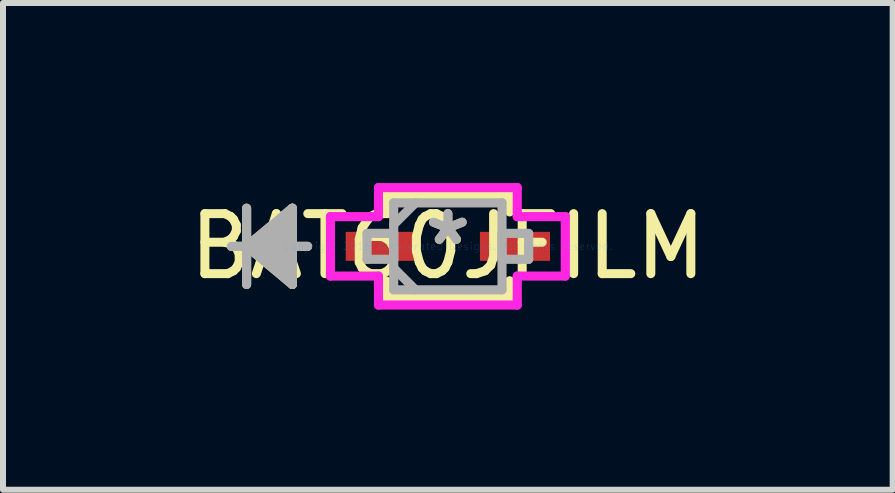
<source format=kicad_pcb>
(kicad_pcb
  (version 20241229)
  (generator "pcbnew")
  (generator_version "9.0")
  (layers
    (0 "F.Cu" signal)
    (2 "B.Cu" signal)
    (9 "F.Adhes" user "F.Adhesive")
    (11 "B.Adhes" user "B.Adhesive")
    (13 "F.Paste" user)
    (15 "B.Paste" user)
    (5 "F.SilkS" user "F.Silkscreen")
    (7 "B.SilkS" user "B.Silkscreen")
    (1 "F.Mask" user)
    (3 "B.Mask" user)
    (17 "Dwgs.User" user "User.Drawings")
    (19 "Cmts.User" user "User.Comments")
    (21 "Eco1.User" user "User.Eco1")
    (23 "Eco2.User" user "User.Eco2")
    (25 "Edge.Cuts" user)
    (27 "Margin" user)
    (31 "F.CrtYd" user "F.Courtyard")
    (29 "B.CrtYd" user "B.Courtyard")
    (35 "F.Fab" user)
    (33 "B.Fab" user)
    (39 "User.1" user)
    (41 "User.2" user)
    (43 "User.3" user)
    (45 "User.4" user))
  (footprint "BAT60JFILM"
    (layer "F.Cu")
    (at 4.411 1.054)
    (property "Reference" "BAT60JFILM" (at 0 0 0) (layer "F.SilkS") (effects (font (size 1 1) (thickness 0.15))))
    (attr through_hole)
    (fp_line (start -3.353 -0.635) (end -3.353 0.635) (stroke (width 0.152) (type solid)) (layer "F.SilkS"))
    (fp_line (start -3.353 0) (end -2.591 -0.635) (stroke (width 0.152) (type solid)) (layer "F.SilkS"))
    (fp_line (start -3.353 0) (end -2.591 -0.508) (stroke (width 0.152) (type solid)) (layer "F.SilkS"))
    (fp_line (start -3.353 0) (end -2.591 -0.381) (stroke (width 0.152) (type solid)) (layer "F.SilkS"))
    (fp_line (start -3.353 0) (end -2.591 -0.254) (stroke (width 0.152) (type solid)) (layer "F.SilkS"))
    (fp_line (start -3.353 0) (end -2.591 -0.127) (stroke (width 0.152) (type solid)) (layer "F.SilkS"))
    (fp_line (start -3.353 0) (end -2.591 0.127) (stroke (width 0.152) (type solid)) (layer "F.SilkS"))
    (fp_line (start -3.353 0) (end -2.591 0.254) (stroke (width 0.152) (type solid)) (layer "F.SilkS"))
    (fp_line (start -3.353 0) (end -2.591 0.381) (stroke (width 0.152) (type solid)) (layer "F.SilkS"))
    (fp_line (start -3.353 0) (end -2.591 0.508) (stroke (width 0.152) (type solid)) (layer "F.SilkS"))
    (fp_line (start -3.353 0) (end -2.591 0.635) (stroke (width 0.152) (type solid)) (layer "F.SilkS"))
    (fp_line (start -2.591 -0.635) (end -2.591 0.635) (stroke (width 0.152) (type solid)) (layer "F.SilkS"))
    (fp_line (start -2.337 0) (end -3.607 0) (stroke (width 0.152) (type solid)) (layer "F.SilkS"))
    (fp_line (start -1.029 -0.851) (end -1.029 -0.574) (stroke (width 0.152) (type solid)) (layer "F.SilkS"))
    (fp_line (start -1.029 0.574) (end -1.029 0.851) (stroke (width 0.152) (type solid)) (layer "F.SilkS"))
    (fp_line (start -1.029 0.851) (end 1.029 0.851) (stroke (width 0.152) (type solid)) (layer "F.SilkS"))
    (fp_line (start 1.029 -0.851) (end -1.029 -0.851) (stroke (width 0.152) (type solid)) (layer "F.SilkS"))
    (fp_line (start 1.029 -0.574) (end 1.029 -0.851) (stroke (width 0.152) (type solid)) (layer "F.SilkS"))
    (fp_line (start 1.029 0.851) (end 1.029 0.574) (stroke (width 0.152) (type solid)) (layer "F.SilkS"))
    (fp_line (start -1.956 -0.495) (end -1.156 -0.495) (stroke (width 0.152) (type solid)) (layer "F.CrtYd"))
    (fp_line (start -1.956 0.495) (end -1.956 -0.495) (stroke (width 0.152) (type solid)) (layer "F.CrtYd"))
    (fp_line (start -1.156 -0.978) (end 1.156 -0.978) (stroke (width 0.152) (type solid)) (layer "F.CrtYd"))
    (fp_line (start -1.156 -0.495) (end -1.156 -0.978) (stroke (width 0.152) (type solid)) (layer "F.CrtYd"))
    (fp_line (start -1.156 0.495) (end -1.956 0.495) (stroke (width 0.152) (type solid)) (layer "F.CrtYd"))
    (fp_line (start -1.156 0.978) (end -1.156 0.495) (stroke (width 0.152) (type solid)) (layer "F.CrtYd"))
    (fp_line (start 1.156 -0.978) (end 1.156 -0.495) (stroke (width 0.152) (type solid)) (layer "F.CrtYd"))
    (fp_line (start 1.156 -0.495) (end 1.956 -0.495) (stroke (width 0.152) (type solid)) (layer "F.CrtYd"))
    (fp_line (start 1.156 0.495) (end 1.156 0.978) (stroke (width 0.152) (type solid)) (layer "F.CrtYd"))
    (fp_line (start 1.156 0.978) (end -1.156 0.978) (stroke (width 0.152) (type solid)) (layer "F.CrtYd"))
    (fp_line (start 1.956 -0.495) (end 1.956 0.495) (stroke (width 0.152) (type solid)) (layer "F.CrtYd"))
    (fp_line (start 1.956 0.495) (end 1.156 0.495) (stroke (width 0.152) (type solid)) (layer "F.CrtYd"))
    (fp_line (start -3.353 -0.635) (end -3.353 0.635) (stroke (width 0.152) (type solid)) (layer "F.Fab"))
    (fp_line (start -3.353 0) (end -2.591 -0.635) (stroke (width 0.152) (type solid)) (layer "F.Fab"))
    (fp_line (start -3.353 0) (end -2.591 -0.508) (stroke (width 0.152) (type solid)) (layer "F.Fab"))
    (fp_line (start -3.353 0) (end -2.591 -0.381) (stroke (width 0.152) (type solid)) (layer "F.Fab"))
    (fp_line (start -3.353 0) (end -2.591 -0.254) (stroke (width 0.152) (type solid)) (layer "F.Fab"))
    (fp_line (start -3.353 0) (end -2.591 -0.127) (stroke (width 0.152) (type solid)) (layer "F.Fab"))
    (fp_line (start -3.353 0) (end -2.591 0.127) (stroke (width 0.152) (type solid)) (layer "F.Fab"))
    (fp_line (start -3.353 0) (end -2.591 0.254) (stroke (width 0.152) (type solid)) (layer "F.Fab"))
    (fp_line (start -3.353 0) (end -2.591 0.381) (stroke (width 0.152) (type solid)) (layer "F.Fab"))
    (fp_line (start -3.353 0) (end -2.591 0.508) (stroke (width 0.152) (type solid)) (layer "F.Fab"))
    (fp_line (start -3.353 0) (end -2.591 0.635) (stroke (width 0.152) (type solid)) (layer "F.Fab"))
    (fp_line (start -2.591 -0.635) (end -2.591 0.635) (stroke (width 0.152) (type solid)) (layer "F.Fab"))
    (fp_line (start -2.337 0) (end -3.607 0) (stroke (width 0.152) (type solid)) (layer "F.Fab"))
    (fp_line (start -1.346 -0.216) (end -1.346 0.216) (stroke (width 0.152) (type solid)) (layer "F.Fab"))
    (fp_line (start -1.346 0.216) (end -0.902 0.216) (stroke (width 0.152) (type solid)) (layer "F.Fab"))
    (fp_line (start -0.902 -0.724) (end -0.902 0.724) (stroke (width 0.152) (type solid)) (layer "F.Fab"))
    (fp_line (start -0.902 -0.362) (end -0.54 -0.724) (stroke (width 0.152) (type solid)) (layer "F.Fab"))
    (fp_line (start -0.902 -0.216) (end -1.346 -0.216) (stroke (width 0.152) (type solid)) (layer "F.Fab"))
    (fp_line (start -0.902 0.216) (end -0.902 -0.216) (stroke (width 0.152) (type solid)) (layer "F.Fab"))
    (fp_line (start -0.902 0.362) (end -0.54 0.724) (stroke (width 0.152) (type solid)) (layer "F.Fab"))
    (fp_line (start -0.902 0.724) (end 0.902 0.724) (stroke (width 0.152) (type solid)) (layer "F.Fab"))
    (fp_line (start 0.902 -0.724) (end -0.902 -0.724) (stroke (width 0.152) (type solid)) (layer "F.Fab"))
    (fp_line (start 0.902 -0.216) (end 0.902 0.216) (stroke (width 0.152) (type solid)) (layer "F.Fab"))
    (fp_line (start 0.902 0.216) (end 1.346 0.216) (stroke (width 0.152) (type solid)) (layer "F.Fab"))
    (fp_line (start 0.902 0.724) (end 0.902 -0.724) (stroke (width 0.152) (type solid)) (layer "F.Fab"))
    (fp_line (start 1.346 -0.216) (end 0.902 -0.216) (stroke (width 0.152) (type solid)) (layer "F.Fab"))
    (fp_line (start 1.346 0.216) (end 1.346 -0.216) (stroke (width 0.152) (type solid)) (layer "F.Fab"))
    (fp_text user "*" (at 0 0 0) (layer "F.SilkS") (effects (font (size 1 1) (thickness 0.15))))
    (fp_text user "Copyright 2016 Accelerated Designs. All rights reserved." (at 0 0 0) (layer "Cmts.User") (effects (font (size 0.127 0.127) (thickness 0.002))))
    (fp_text user "*" (at 0 0 0) (layer "F.Fab") (effects (font (size 1 1) (thickness 0.15))))
    (pad "1" smd rect (at -1.118 0) (size 1.168 0.483) (layers "F.Cu" "F.Mask" "F.Paste"))
    (pad "2" smd rect (at 1.118 0) (size 1.168 0.483) (layers "F.Cu" "F.Mask" "F.Paste")))
  (gr_rect
    (start -3 -3)
    (end 11.821 5.108)
    (stroke (width 0.1) (type default))
    (fill no)
    (layer "Edge.Cuts")))
</source>
